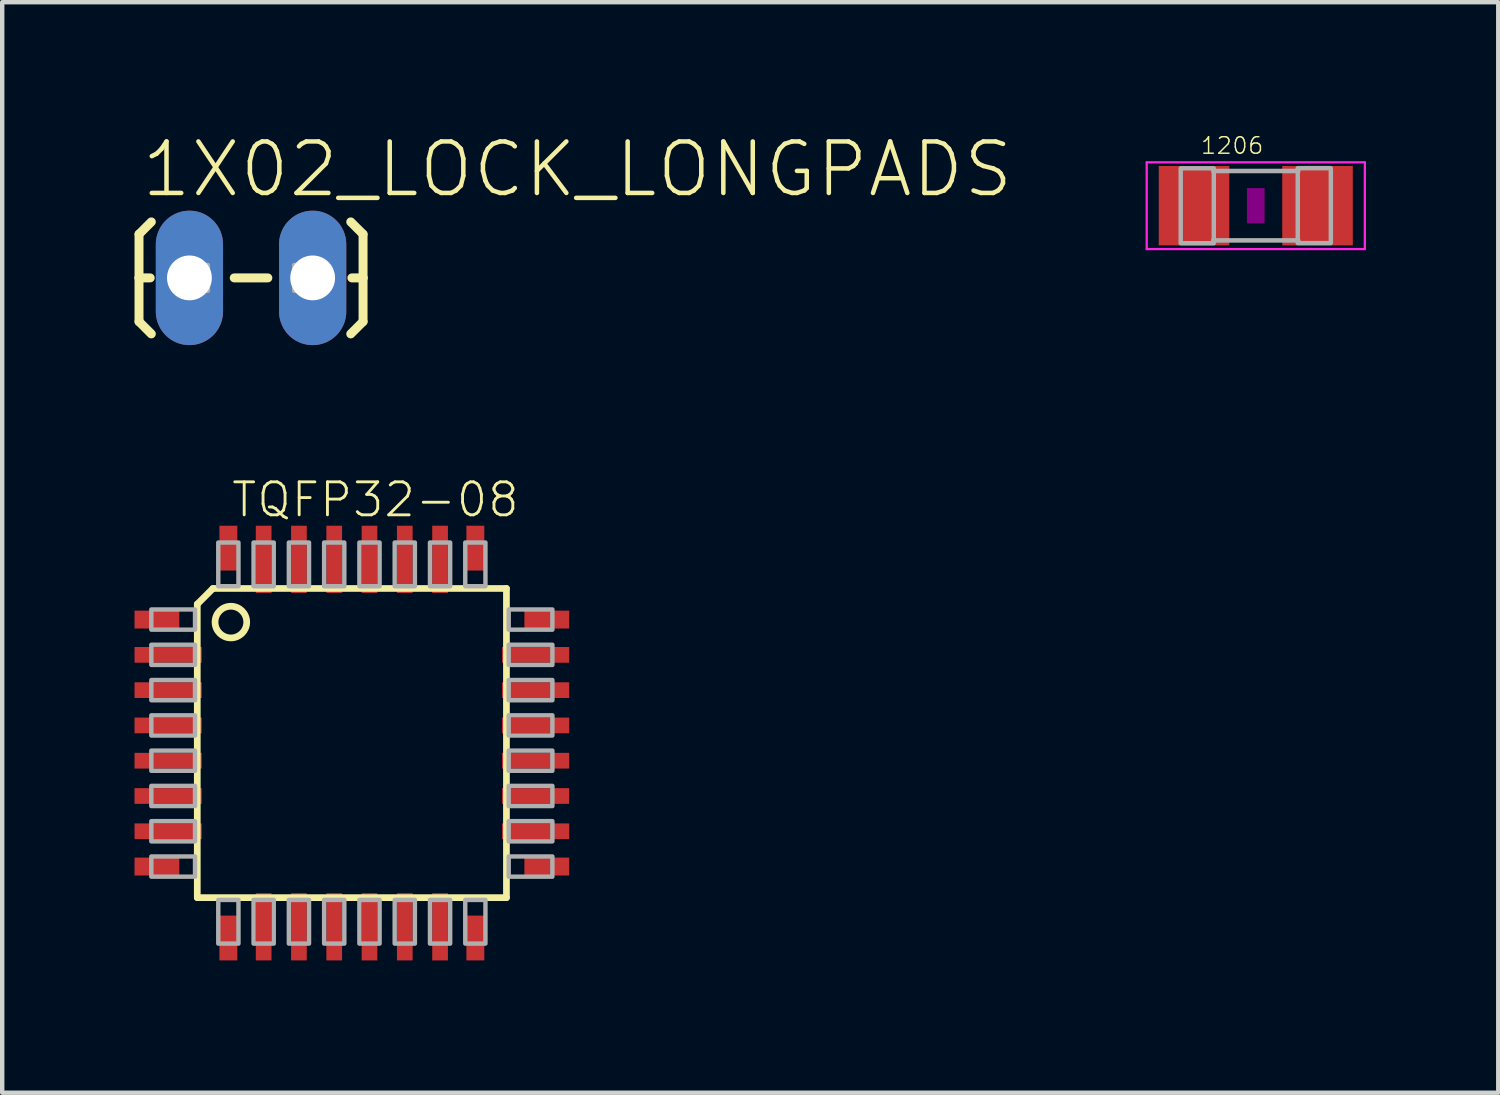
<source format=kicad_pcb>
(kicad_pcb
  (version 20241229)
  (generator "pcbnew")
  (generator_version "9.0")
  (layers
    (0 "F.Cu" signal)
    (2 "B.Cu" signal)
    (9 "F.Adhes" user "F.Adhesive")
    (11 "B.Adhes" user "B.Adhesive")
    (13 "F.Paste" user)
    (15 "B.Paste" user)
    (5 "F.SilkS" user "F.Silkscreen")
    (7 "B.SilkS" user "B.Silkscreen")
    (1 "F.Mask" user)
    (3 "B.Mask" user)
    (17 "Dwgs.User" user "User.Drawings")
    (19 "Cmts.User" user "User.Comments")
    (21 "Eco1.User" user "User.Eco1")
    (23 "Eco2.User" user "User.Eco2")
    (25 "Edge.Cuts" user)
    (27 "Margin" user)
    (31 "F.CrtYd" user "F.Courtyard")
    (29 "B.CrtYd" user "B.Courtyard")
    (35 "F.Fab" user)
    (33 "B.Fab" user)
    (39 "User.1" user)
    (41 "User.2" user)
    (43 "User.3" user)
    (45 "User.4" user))
  (footprint "1X02_LOCK_LONGPADS"
    (layer "F.Cu")
    (at 1.372 3.251)
    (property "Reference" "1X02_LOCK_LONGPADS" (at -1.27 -1.778 0) (layer "F.SilkS") (effects (font (size 1.168 1.168) (thickness 0.102)) (justify left bottom)))
    (fp_line (start -1.27 -0.991) (end -0.991 -1.27) (stroke (width 0.203) (type solid)) (layer "F.SilkS"))
    (fp_line (start -1.27 0) (end -1.27 -0.991) (stroke (width 0.203) (type solid)) (layer "F.SilkS"))
    (fp_line (start -1.27 0) (end -1.27 0.991) (stroke (width 0.203) (type solid)) (layer "F.SilkS"))
    (fp_line (start -1.27 0) (end -1.016 0) (stroke (width 0.203) (type solid)) (layer "F.SilkS"))
    (fp_line (start -1.27 0.991) (end -0.991 1.27) (stroke (width 0.203) (type solid)) (layer "F.SilkS"))
    (fp_line (start 1.651 0) (end 0.889 0) (stroke (width 0.203) (type solid)) (layer "F.SilkS"))
    (fp_line (start 3.81 -0.991) (end 3.531 -1.27) (stroke (width 0.203) (type solid)) (layer "F.SilkS"))
    (fp_line (start 3.81 0) (end 3.556 0) (stroke (width 0.203) (type solid)) (layer "F.SilkS"))
    (fp_line (start 3.81 0) (end 3.81 -0.991) (stroke (width 0.203) (type solid)) (layer "F.SilkS"))
    (fp_line (start 3.81 0) (end 3.81 0.991) (stroke (width 0.203) (type solid)) (layer "F.SilkS"))
    (fp_line (start 3.81 0.991) (end 3.531 1.27) (stroke (width 0.203) (type solid)) (layer "F.SilkS"))
    (fp_poly (pts (xy -0.292 0.292) (xy 0.292 0.292) (xy 0.292 -0.292) (xy -0.292 -0.292)) (stroke (width 0.1) (type default)) (fill no) (layer "F.Fab"))
    (fp_poly (pts (xy 2.248 0.292) (xy 2.832 0.292) (xy 2.832 -0.292) (xy 2.248 -0.292)) (stroke (width 0.1) (type default)) (fill no) (layer "F.Fab"))
    (pad "1" thru_hole oval (at -0.127 0 90) (size 3.048 1.524) (drill 1.016) (layers "*.Cu" "*.Mask"))
    (pad "2" thru_hole oval (at 2.667 0 90) (size 3.048 1.524) (drill 1.016) (layers "*.Cu" "*.Mask")))
  (footprint "TQFP32-08"
    (layer "F.Cu")
    (at 4.928 13.798)
    (property "Reference" "TQFP32-08" (at -2.769 -5.08 0) (layer "F.SilkS") (effects (font (size 0.748 0.748) (thickness 0.065)) (justify left bottom)))
    (fp_line (start -3.505 3.505) (end -3.505 -3.15) (stroke (width 0.152) (type solid)) (layer "F.SilkS"))
    (fp_line (start -3.15 -3.505) (end -3.505 -3.15) (stroke (width 0.152) (type solid)) (layer "F.SilkS"))
    (fp_line (start -3.15 -3.505) (end 3.505 -3.505) (stroke (width 0.152) (type solid)) (layer "F.SilkS"))
    (fp_line (start 3.505 -3.505) (end 3.505 3.505) (stroke (width 0.152) (type solid)) (layer "F.SilkS"))
    (fp_line (start 3.505 3.505) (end -3.505 3.505) (stroke (width 0.152) (type solid)) (layer "F.SilkS"))
    (fp_circle (center -2.743 -2.743) (end -2.384 -2.743) (stroke (width 0.152) (type solid)) (fill no) (layer "F.SilkS"))
    (fp_poly (pts (xy -4.547 -2.571) (xy -3.556 -2.571) (xy -3.556 -3.029) (xy -4.547 -3.029)) (stroke (width 0.1) (type default)) (fill no) (layer "F.Fab"))
    (fp_poly (pts (xy -4.547 -1.771) (xy -3.556 -1.771) (xy -3.556 -2.229) (xy -4.547 -2.229)) (stroke (width 0.1) (type default)) (fill no) (layer "F.Fab"))
    (fp_poly (pts (xy -4.547 -0.971) (xy -3.556 -0.971) (xy -3.556 -1.429) (xy -4.547 -1.429)) (stroke (width 0.1) (type default)) (fill no) (layer "F.Fab"))
    (fp_poly (pts (xy -4.547 -0.171) (xy -3.556 -0.171) (xy -3.556 -0.629) (xy -4.547 -0.629)) (stroke (width 0.1) (type default)) (fill no) (layer "F.Fab"))
    (fp_poly (pts (xy -4.547 0.629) (xy -3.556 0.629) (xy -3.556 0.171) (xy -4.547 0.171)) (stroke (width 0.1) (type default)) (fill no) (layer "F.Fab"))
    (fp_poly (pts (xy -4.547 1.429) (xy -3.556 1.429) (xy -3.556 0.971) (xy -4.547 0.971)) (stroke (width 0.1) (type default)) (fill no) (layer "F.Fab"))
    (fp_poly (pts (xy -4.547 2.229) (xy -3.556 2.229) (xy -3.556 1.771) (xy -4.547 1.771)) (stroke (width 0.1) (type default)) (fill no) (layer "F.Fab"))
    (fp_poly (pts (xy -4.547 3.029) (xy -3.556 3.029) (xy -3.556 2.571) (xy -4.547 2.571)) (stroke (width 0.1) (type default)) (fill no) (layer "F.Fab"))
    (fp_poly (pts (xy -3.029 -3.556) (xy -2.571 -3.556) (xy -2.571 -4.547) (xy -3.029 -4.547)) (stroke (width 0.1) (type default)) (fill no) (layer "F.Fab"))
    (fp_poly (pts (xy -3.029 4.547) (xy -2.571 4.547) (xy -2.571 3.556) (xy -3.029 3.556)) (stroke (width 0.1) (type default)) (fill no) (layer "F.Fab"))
    (fp_poly (pts (xy -2.229 -3.556) (xy -1.771 -3.556) (xy -1.771 -4.547) (xy -2.229 -4.547)) (stroke (width 0.1) (type default)) (fill no) (layer "F.Fab"))
    (fp_poly (pts (xy -2.229 4.547) (xy -1.771 4.547) (xy -1.771 3.556) (xy -2.229 3.556)) (stroke (width 0.1) (type default)) (fill no) (layer "F.Fab"))
    (fp_poly (pts (xy -1.429 -3.556) (xy -0.971 -3.556) (xy -0.971 -4.547) (xy -1.429 -4.547)) (stroke (width 0.1) (type default)) (fill no) (layer "F.Fab"))
    (fp_poly (pts (xy -1.429 4.547) (xy -0.971 4.547) (xy -0.971 3.556) (xy -1.429 3.556)) (stroke (width 0.1) (type default)) (fill no) (layer "F.Fab"))
    (fp_poly (pts (xy -0.629 -3.556) (xy -0.171 -3.556) (xy -0.171 -4.547) (xy -0.629 -4.547)) (stroke (width 0.1) (type default)) (fill no) (layer "F.Fab"))
    (fp_poly (pts (xy -0.629 4.547) (xy -0.171 4.547) (xy -0.171 3.556) (xy -0.629 3.556)) (stroke (width 0.1) (type default)) (fill no) (layer "F.Fab"))
    (fp_poly (pts (xy 0.171 -3.556) (xy 0.629 -3.556) (xy 0.629 -4.547) (xy 0.171 -4.547)) (stroke (width 0.1) (type default)) (fill no) (layer "F.Fab"))
    (fp_poly (pts (xy 0.171 4.547) (xy 0.629 4.547) (xy 0.629 3.556) (xy 0.171 3.556)) (stroke (width 0.1) (type default)) (fill no) (layer "F.Fab"))
    (fp_poly (pts (xy 0.971 -3.556) (xy 1.429 -3.556) (xy 1.429 -4.547) (xy 0.971 -4.547)) (stroke (width 0.1) (type default)) (fill no) (layer "F.Fab"))
    (fp_poly (pts (xy 0.971 4.547) (xy 1.429 4.547) (xy 1.429 3.556) (xy 0.971 3.556)) (stroke (width 0.1) (type default)) (fill no) (layer "F.Fab"))
    (fp_poly (pts (xy 1.771 -3.556) (xy 2.229 -3.556) (xy 2.229 -4.547) (xy 1.771 -4.547)) (stroke (width 0.1) (type default)) (fill no) (layer "F.Fab"))
    (fp_poly (pts (xy 1.771 4.547) (xy 2.229 4.547) (xy 2.229 3.556) (xy 1.771 3.556)) (stroke (width 0.1) (type default)) (fill no) (layer "F.Fab"))
    (fp_poly (pts (xy 2.571 -3.556) (xy 3.029 -3.556) (xy 3.029 -4.547) (xy 2.571 -4.547)) (stroke (width 0.1) (type default)) (fill no) (layer "F.Fab"))
    (fp_poly (pts (xy 2.571 4.547) (xy 3.029 4.547) (xy 3.029 3.556) (xy 2.571 3.556)) (stroke (width 0.1) (type default)) (fill no) (layer "F.Fab"))
    (fp_poly (pts (xy 3.556 -2.571) (xy 4.547 -2.571) (xy 4.547 -3.029) (xy 3.556 -3.029)) (stroke (width 0.1) (type default)) (fill no) (layer "F.Fab"))
    (fp_poly (pts (xy 3.556 -1.771) (xy 4.547 -1.771) (xy 4.547 -2.229) (xy 3.556 -2.229)) (stroke (width 0.1) (type default)) (fill no) (layer "F.Fab"))
    (fp_poly (pts (xy 3.556 -0.971) (xy 4.547 -0.971) (xy 4.547 -1.429) (xy 3.556 -1.429)) (stroke (width 0.1) (type default)) (fill no) (layer "F.Fab"))
    (fp_poly (pts (xy 3.556 -0.171) (xy 4.547 -0.171) (xy 4.547 -0.629) (xy 3.556 -0.629)) (stroke (width 0.1) (type default)) (fill no) (layer "F.Fab"))
    (fp_poly (pts (xy 3.556 0.629) (xy 4.547 0.629) (xy 4.547 0.171) (xy 3.556 0.171)) (stroke (width 0.1) (type default)) (fill no) (layer "F.Fab"))
    (fp_poly (pts (xy 3.556 1.429) (xy 4.547 1.429) (xy 4.547 0.971) (xy 3.556 0.971)) (stroke (width 0.1) (type default)) (fill no) (layer "F.Fab"))
    (fp_poly (pts (xy 3.556 2.229) (xy 4.547 2.229) (xy 4.547 1.771) (xy 3.556 1.771)) (stroke (width 0.1) (type default)) (fill no) (layer "F.Fab"))
    (fp_poly (pts (xy 3.556 3.029) (xy 4.547 3.029) (xy 4.547 2.571) (xy 3.556 2.571)) (stroke (width 0.1) (type default)) (fill no) (layer "F.Fab"))
    (pad "1" smd rect (at -4.42 -2.8) (size 1.016 0.406) (layers "F.Cu" "F.Mask" "F.Paste"))
    (pad "2" smd rect (at -4.166 -2) (size 1.524 0.356) (layers "F.Cu" "F.Mask" "F.Paste"))
    (pad "3" smd rect (at -4.166 -1.2) (size 1.524 0.356) (layers "F.Cu" "F.Mask" "F.Paste"))
    (pad "4" smd rect (at -4.166 -0.4) (size 1.524 0.356) (layers "F.Cu" "F.Mask" "F.Paste"))
    (pad "5" smd rect (at -4.166 0.4) (size 1.524 0.356) (layers "F.Cu" "F.Mask" "F.Paste"))
    (pad "6" smd rect (at -4.166 1.2) (size 1.524 0.356) (layers "F.Cu" "F.Mask" "F.Paste"))
    (pad "7" smd rect (at -4.166 2) (size 1.524 0.356) (layers "F.Cu" "F.Mask" "F.Paste"))
    (pad "8" smd rect (at -4.42 2.8) (size 1.016 0.406) (layers "F.Cu" "F.Mask" "F.Paste"))
    (pad "9" smd rect (at -2.8 4.42) (size 0.406 1.016) (layers "F.Cu" "F.Mask" "F.Paste"))
    (pad "10" smd rect (at -2 4.166) (size 0.356 1.524) (layers "F.Cu" "F.Mask" "F.Paste"))
    (pad "11" smd rect (at -1.2 4.166) (size 0.356 1.524) (layers "F.Cu" "F.Mask" "F.Paste"))
    (pad "12" smd rect (at -0.4 4.166) (size 0.356 1.524) (layers "F.Cu" "F.Mask" "F.Paste"))
    (pad "13" smd rect (at 0.4 4.166) (size 0.356 1.524) (layers "F.Cu" "F.Mask" "F.Paste"))
    (pad "14" smd rect (at 1.2 4.166) (size 0.356 1.524) (layers "F.Cu" "F.Mask" "F.Paste"))
    (pad "15" smd rect (at 2 4.166) (size 0.356 1.524) (layers "F.Cu" "F.Mask" "F.Paste"))
    (pad "16" smd rect (at 2.8 4.42) (size 0.406 1.016) (layers "F.Cu" "F.Mask" "F.Paste"))
    (pad "17" smd rect (at 4.42 2.8) (size 1.016 0.406) (layers "F.Cu" "F.Mask" "F.Paste"))
    (pad "18" smd rect (at 4.166 2) (size 1.524 0.356) (layers "F.Cu" "F.Mask" "F.Paste"))
    (pad "19" smd rect (at 4.166 1.2) (size 1.524 0.356) (layers "F.Cu" "F.Mask" "F.Paste"))
    (pad "20" smd rect (at 4.166 0.4) (size 1.524 0.356) (layers "F.Cu" "F.Mask" "F.Paste"))
    (pad "21" smd rect (at 4.166 -0.4) (size 1.524 0.356) (layers "F.Cu" "F.Mask" "F.Paste"))
    (pad "22" smd rect (at 4.166 -1.2) (size 1.524 0.356) (layers "F.Cu" "F.Mask" "F.Paste"))
    (pad "23" smd rect (at 4.166 -2) (size 1.524 0.356) (layers "F.Cu" "F.Mask" "F.Paste"))
    (pad "24" smd rect (at 4.42 -2.8) (size 1.016 0.406) (layers "F.Cu" "F.Mask" "F.Paste"))
    (pad "25" smd rect (at 2.8 -4.42) (size 0.406 1.016) (layers "F.Cu" "F.Mask" "F.Paste"))
    (pad "26" smd rect (at 2 -4.166) (size 0.356 1.524) (layers "F.Cu" "F.Mask" "F.Paste"))
    (pad "27" smd rect (at 1.2 -4.166) (size 0.356 1.524) (layers "F.Cu" "F.Mask" "F.Paste"))
    (pad "28" smd rect (at 0.4 -4.166) (size 0.356 1.524) (layers "F.Cu" "F.Mask" "F.Paste"))
    (pad "29" smd rect (at -0.4 -4.166) (size 0.356 1.524) (layers "F.Cu" "F.Mask" "F.Paste"))
    (pad "30" smd rect (at -1.2 -4.166) (size 0.356 1.524) (layers "F.Cu" "F.Mask" "F.Paste"))
    (pad "31" smd rect (at -2 -4.166) (size 0.356 1.524) (layers "F.Cu" "F.Mask" "F.Paste"))
    (pad "32" smd rect (at -2.8 -4.42) (size 0.406 1.016) (layers "F.Cu" "F.Mask" "F.Paste")))
  (footprint "1206"
    (layer "F.Cu")
    (at 25.423 1.614)
    (property "Reference" "1206" (at -1.27 -1.143 0) (layer "F.SilkS") (effects (font (size 0.374 0.374) (thickness 0.033)) (justify left bottom)))
    (fp_poly (pts (xy -0.2 0.4) (xy 0.2 0.4) (xy 0.2 -0.4) (xy -0.2 -0.4)) (stroke (width 0) (type default)) (fill yes) (layer "F.Adhes"))
    (fp_line (start -2.473 -0.983) (end 2.473 -0.983) (stroke (width 0.051) (type solid)) (layer "F.CrtYd"))
    (fp_line (start -2.473 0.983) (end -2.473 -0.983) (stroke (width 0.051) (type solid)) (layer "F.CrtYd"))
    (fp_line (start 2.473 -0.983) (end 2.473 0.983) (stroke (width 0.051) (type solid)) (layer "F.CrtYd"))
    (fp_line (start 2.473 0.983) (end -2.473 0.983) (stroke (width 0.051) (type solid)) (layer "F.CrtYd"))
    (fp_line (start -0.965 -0.787) (end 0.965 -0.787) (stroke (width 0.102) (type solid)) (layer "F.Fab"))
    (fp_line (start -0.965 0.787) (end 0.965 0.787) (stroke (width 0.102) (type solid)) (layer "F.Fab"))
    (fp_poly (pts (xy -1.702 0.851) (xy -0.952 0.851) (xy -0.952 -0.849) (xy -1.702 -0.849)) (stroke (width 0.1) (type default)) (fill no) (layer "F.Fab"))
    (fp_poly (pts (xy 0.952 0.849) (xy 1.702 0.849) (xy 1.702 -0.851) (xy 0.952 -0.851)) (stroke (width 0.1) (type default)) (fill no) (layer "F.Fab"))
    (pad "1" smd rect (at -1.4 0) (size 1.6 1.8) (layers "F.Cu" "F.Mask" "F.Paste"))
    (pad "2" smd rect (at 1.4 0) (size 1.6 1.8) (layers "F.Cu" "F.Mask" "F.Paste")))
  (gr_rect
    (start -3 -3)
    (end 30.921 21.726)
    (stroke (width 0.1) (type default))
    (fill no)
    (layer "Edge.Cuts")))
</source>
